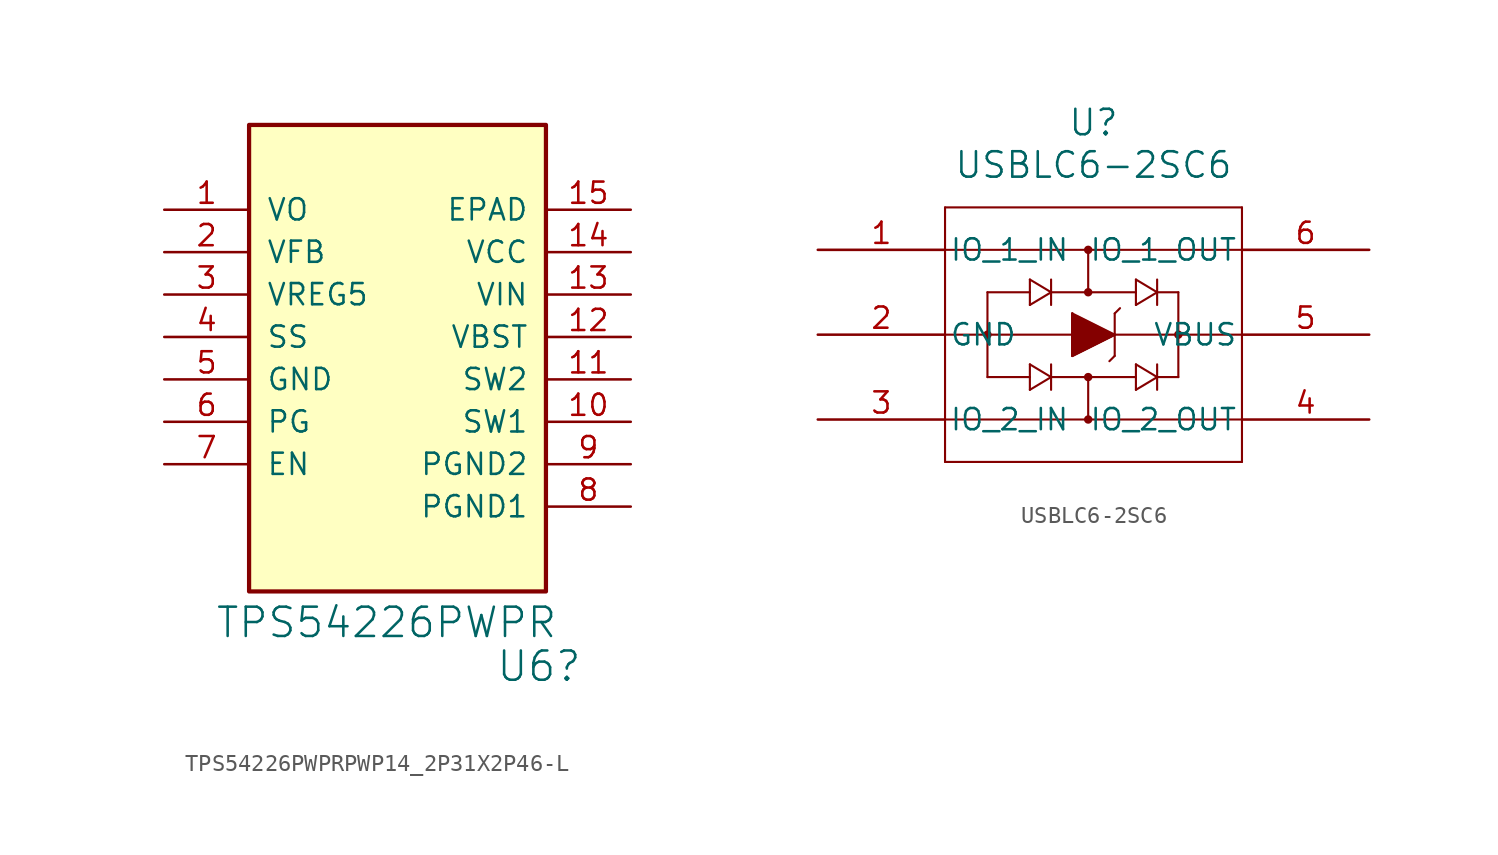
<source format=kicad_sym>
(kicad_symbol_lib
  (version 20231120)
  (generator "kicad_symbol_editor")
  (generator_version "8.0")
  (symbol "TPS54226PWPRPWP14_2P31X2P46-L"
    (pin_names
      (offset 1.016))
    (property "Reference" "U6"
      (at 5.867 -19.482 0)
      (effects (font (size 1.753 1.753)) (justify left bottom)))
    (property "Value" "TPS54226PWPR"
      (at 9.627 -14.808 0)
      (effects (font (size 1.753 1.753)) (justify right top)))
    (property "Tolerance" ""
      (at -16.51 8.89 0)
      (effects (font (size 1.27 1.27))))
    (property "Power Rating" ""
      (at -16.51 8.89 0)
      (effects (font (size 1.27 1.27))))
    (property "ki_locked" ""
      (at 0 0 0)
      (effects (font (size 1.27 1.27))))
    (symbol "TPS54226PWPRPWP14_2P31X2P46-L_1_0"
      (pin power_out line (at -13.97 8.89 0) (length 5.08) (name "VO" (effects (font (size 1.27 1.27)))) (number "1" (effects (font (size 1.27 1.27)))))
      (pin passive line (at 13.97 -3.81 180) (length 5.08) (name "SW1" (effects (font (size 1.27 1.27)))) (number "10" (effects (font (size 1.27 1.27)))))
      (pin passive line (at 13.97 -1.27 180) (length 5.08) (name "SW2" (effects (font (size 1.27 1.27)))) (number "11" (effects (font (size 1.27 1.27)))))
      (pin input line (at 13.97 1.27 180) (length 5.08) (name "VBST" (effects (font (size 1.27 1.27)))) (number "12" (effects (font (size 1.27 1.27)))))
      (pin input line (at 13.97 3.81 180) (length 5.08) (name "VIN" (effects (font (size 1.27 1.27)))) (number "13" (effects (font (size 1.27 1.27)))))
      (pin input line (at 13.97 6.35 180) (length 5.08) (name "VCC" (effects (font (size 1.27 1.27)))) (number "14" (effects (font (size 1.27 1.27)))))
      (pin passive line (at 13.97 8.89 180) (length 5.08) (name "EPAD" (effects (font (size 1.27 1.27)))) (number "15" (effects (font (size 1.27 1.27)))))
      (pin input line (at -13.97 6.35 0) (length 5.08) (name "VFB" (effects (font (size 1.27 1.27)))) (number "2" (effects (font (size 1.27 1.27)))))
      (pin output line (at -13.97 3.81 0) (length 5.08) (name "VREG5" (effects (font (size 1.27 1.27)))) (number "3" (effects (font (size 1.27 1.27)))))
      (pin passive line (at -13.97 1.27 0) (length 5.08) (name "SS" (effects (font (size 1.27 1.27)))) (number "4" (effects (font (size 1.27 1.27)))))
      (pin power_in line (at -13.97 -1.27 0) (length 5.08) (name "GND" (effects (font (size 1.27 1.27)))) (number "5" (effects (font (size 1.27 1.27)))))
      (pin output line (at -13.97 -3.81 0) (length 5.08) (name "PG" (effects (font (size 1.27 1.27)))) (number "6" (effects (font (size 1.27 1.27)))))
      (pin input line (at -13.97 -6.35 0) (length 5.08) (name "EN" (effects (font (size 1.27 1.27)))) (number "7" (effects (font (size 1.27 1.27)))))
      (pin power_in line (at 13.97 -8.89 180) (length 5.08) (name "PGND1" (effects (font (size 1.27 1.27)))) (number "8" (effects (font (size 1.27 1.27)))))
      (pin power_in line (at 13.97 -6.35 180) (length 5.08) (name "PGND2" (effects (font (size 1.27 1.27)))) (number "9" (effects (font (size 1.27 1.27))))))
    (symbol "TPS54226PWPRPWP14_2P31X2P46-L_1_1"
      (rectangle (start -8.89 13.97) (end 8.89 -13.97) (stroke (width 0.254) (type default)) (fill (type background)))))
  (symbol "USBLC6-2SC6"
    (pin_names
      (offset 0.254))
    (property "Reference" "U"
      (at 16.51 7.62 0)
      (effects (font (size 1.524 1.524))))
    (property "Value" "USBLC6-2SC6"
      (at 16.51 5.08 0)
      (effects (font (size 1.524 1.524))))
    (property "ki_locked" ""
      (at 0 0 0)
      (effects (font (size 1.27 1.27))))
    (symbol "USBLC6-2SC6_0_1"
      (polyline (pts (xy 7.62 -12.7) (xy 25.4 -12.7)) (stroke (width 0.127) (type default)) (fill (type none)))
      (polyline (pts (xy 7.62 -10.16) (xy 25.4 -10.16)) (stroke (width 0.127) (type default)) (fill (type none)))
      (polyline (pts (xy 7.62 -5.08) (xy 25.4 -5.08)) (stroke (width 0.127) (type default)) (fill (type none)))
      (polyline (pts (xy 7.62 0) (xy 25.4 0)) (stroke (width 0.127) (type default)) (fill (type none)))
      (polyline (pts (xy 7.62 2.54) (xy 7.62 -12.7)) (stroke (width 0.127) (type default)) (fill (type none)))
      (polyline (pts (xy 10.16 -7.62) (xy 12.7 -7.62)) (stroke (width 0.127) (type default)) (fill (type none)))
      (polyline (pts (xy 10.16 -2.54) (xy 10.16 -7.62)) (stroke (width 0.127) (type default)) (fill (type none)))
      (polyline (pts (xy 12.7 -8.382) (xy 13.97 -7.62)) (stroke (width 0.127) (type default)) (fill (type none)))
      (polyline (pts (xy 12.7 -6.858) (xy 12.7 -8.382)) (stroke (width 0.127) (type default)) (fill (type none)))
      (polyline (pts (xy 12.7 -3.302) (xy 13.97 -2.54)) (stroke (width 0.127) (type default)) (fill (type none)))
      (polyline (pts (xy 12.7 -2.54) (xy 10.16 -2.54)) (stroke (width 0.127) (type default)) (fill (type none)))
      (polyline (pts (xy 12.7 -1.778) (xy 12.7 -3.302)) (stroke (width 0.127) (type default)) (fill (type none)))
      (polyline (pts (xy 13.97 -7.62) (xy 12.7 -6.858)) (stroke (width 0.127) (type default)) (fill (type none)))
      (polyline (pts (xy 13.97 -7.62) (xy 19.05 -7.62)) (stroke (width 0.127) (type default)) (fill (type none)))
      (polyline (pts (xy 13.97 -6.858) (xy 13.97 -8.382)) (stroke (width 0.127) (type default)) (fill (type none)))
      (polyline (pts (xy 13.97 -2.54) (xy 12.7 -1.778)) (stroke (width 0.127) (type default)) (fill (type none)))
      (polyline (pts (xy 13.97 -2.54) (xy 19.05 -2.54)) (stroke (width 0.127) (type default)) (fill (type none)))
      (polyline (pts (xy 13.97 -1.778) (xy 13.97 -3.302)) (stroke (width 0.127) (type default)) (fill (type none)))
      (polyline (pts (xy 15.24 -6.35) (xy 17.78 -5.08)) (stroke (width 0.127) (type default)) (fill (type none)))
      (polyline (pts (xy 15.24 -3.81) (xy 15.24 -6.35)) (stroke (width 0.127) (type default)) (fill (type none)))
      (polyline (pts (xy 16.192 -7.62) (xy 16.192 -10.16)) (stroke (width 0.127) (type default)) (fill (type none)))
      (polyline (pts (xy 16.192 -2.54) (xy 16.192 0)) (stroke (width 0.127) (type default)) (fill (type none)))
      (polyline (pts (xy 17.78 -6.35) (xy 17.462 -6.668)) (stroke (width 0.127) (type default)) (fill (type none)))
      (polyline (pts (xy 17.78 -5.08) (xy 15.24 -3.81)) (stroke (width 0.127) (type default)) (fill (type none)))
      (polyline (pts (xy 17.78 -3.81) (xy 17.78 -6.35)) (stroke (width 0.127) (type default)) (fill (type none)))
      (polyline (pts (xy 17.78 -3.81) (xy 18.098 -3.493)) (stroke (width 0.127) (type default)) (fill (type none)))
      (polyline (pts (xy 19.05 -8.382) (xy 19.05 -6.858)) (stroke (width 0.127) (type default)) (fill (type none)))
      (polyline (pts (xy 19.05 -6.858) (xy 20.32 -7.62)) (stroke (width 0.127) (type default)) (fill (type none)))
      (polyline (pts (xy 19.05 -3.302) (xy 19.05 -1.778)) (stroke (width 0.127) (type default)) (fill (type none)))
      (polyline (pts (xy 19.05 -1.778) (xy 20.32 -2.54)) (stroke (width 0.127) (type default)) (fill (type none)))
      (polyline (pts (xy 20.32 -8.382) (xy 20.32 -6.858)) (stroke (width 0.127) (type default)) (fill (type none)))
      (polyline (pts (xy 20.32 -7.62) (xy 19.05 -8.382)) (stroke (width 0.127) (type default)) (fill (type none)))
      (polyline (pts (xy 20.32 -7.62) (xy 21.59 -7.62)) (stroke (width 0.127) (type default)) (fill (type none)))
      (polyline (pts (xy 20.32 -3.302) (xy 20.32 -1.778)) (stroke (width 0.127) (type default)) (fill (type none)))
      (polyline (pts (xy 20.32 -2.54) (xy 19.05 -3.302)) (stroke (width 0.127) (type default)) (fill (type none)))
      (polyline (pts (xy 20.32 -2.54) (xy 21.59 -2.54)) (stroke (width 0.127) (type default)) (fill (type none)))
      (polyline (pts (xy 21.59 -7.62) (xy 21.59 -2.54)) (stroke (width 0.127) (type default)) (fill (type none)))
      (polyline (pts (xy 25.4 -12.7) (xy 25.4 2.54)) (stroke (width 0.127) (type default)) (fill (type none)))
      (polyline (pts (xy 25.4 2.54) (xy 7.62 2.54)) (stroke (width 0.127) (type default)) (fill (type none)))
      (polyline (pts (xy 15.24 -3.81) (xy 15.24 -6.35) (xy 17.78 -5.08)) (stroke (width 0) (type default)) (fill (type outline)))
      (circle (center 10.16 -5.08) (radius 0.127) (stroke (width 0.254) (type default)) (fill (type none)))
      (circle (center 16.192 -10.16) (radius 0.127) (stroke (width 0.254) (type default)) (fill (type none)))
      (circle (center 16.192 -7.62) (radius 0.127) (stroke (width 0.254) (type default)) (fill (type none)))
      (circle (center 16.192 -2.54) (radius 0.127) (stroke (width 0.254) (type default)) (fill (type none)))
      (circle (center 16.192 0) (radius 0.127) (stroke (width 0.254) (type default)) (fill (type none)))
      (circle (center 21.59 -5.08) (radius 0.127) (stroke (width 0.254) (type default)) (fill (type none))))
    (symbol "USBLC6-2SC6_1_1"
      (pin unspecified line (at 0 0 0) (length 7.62) (name "IO_1_IN" (effects (font (size 1.27 1.27)))) (number "1" (effects (font (size 1.27 1.27)))))
      (pin unspecified line (at 0 -5.08 0) (length 7.62) (name "GND" (effects (font (size 1.27 1.27)))) (number "2" (effects (font (size 1.27 1.27)))))
      (pin unspecified line (at 0 -10.16 0) (length 7.62) (name "IO_2_IN" (effects (font (size 1.27 1.27)))) (number "3" (effects (font (size 1.27 1.27)))))
      (pin unspecified line (at 33.02 -10.16 180) (length 7.62) (name "IO_2_OUT" (effects (font (size 1.27 1.27)))) (number "4" (effects (font (size 1.27 1.27)))))
      (pin unspecified line (at 33.02 -5.08 180) (length 7.62) (name "VBUS" (effects (font (size 1.27 1.27)))) (number "5" (effects (font (size 1.27 1.27)))))
      (pin unspecified line (at 33.02 0 180) (length 7.62) (name "IO_1_OUT" (effects (font (size 1.27 1.27)))) (number "6" (effects (font (size 1.27 1.27))))))))
</source>
